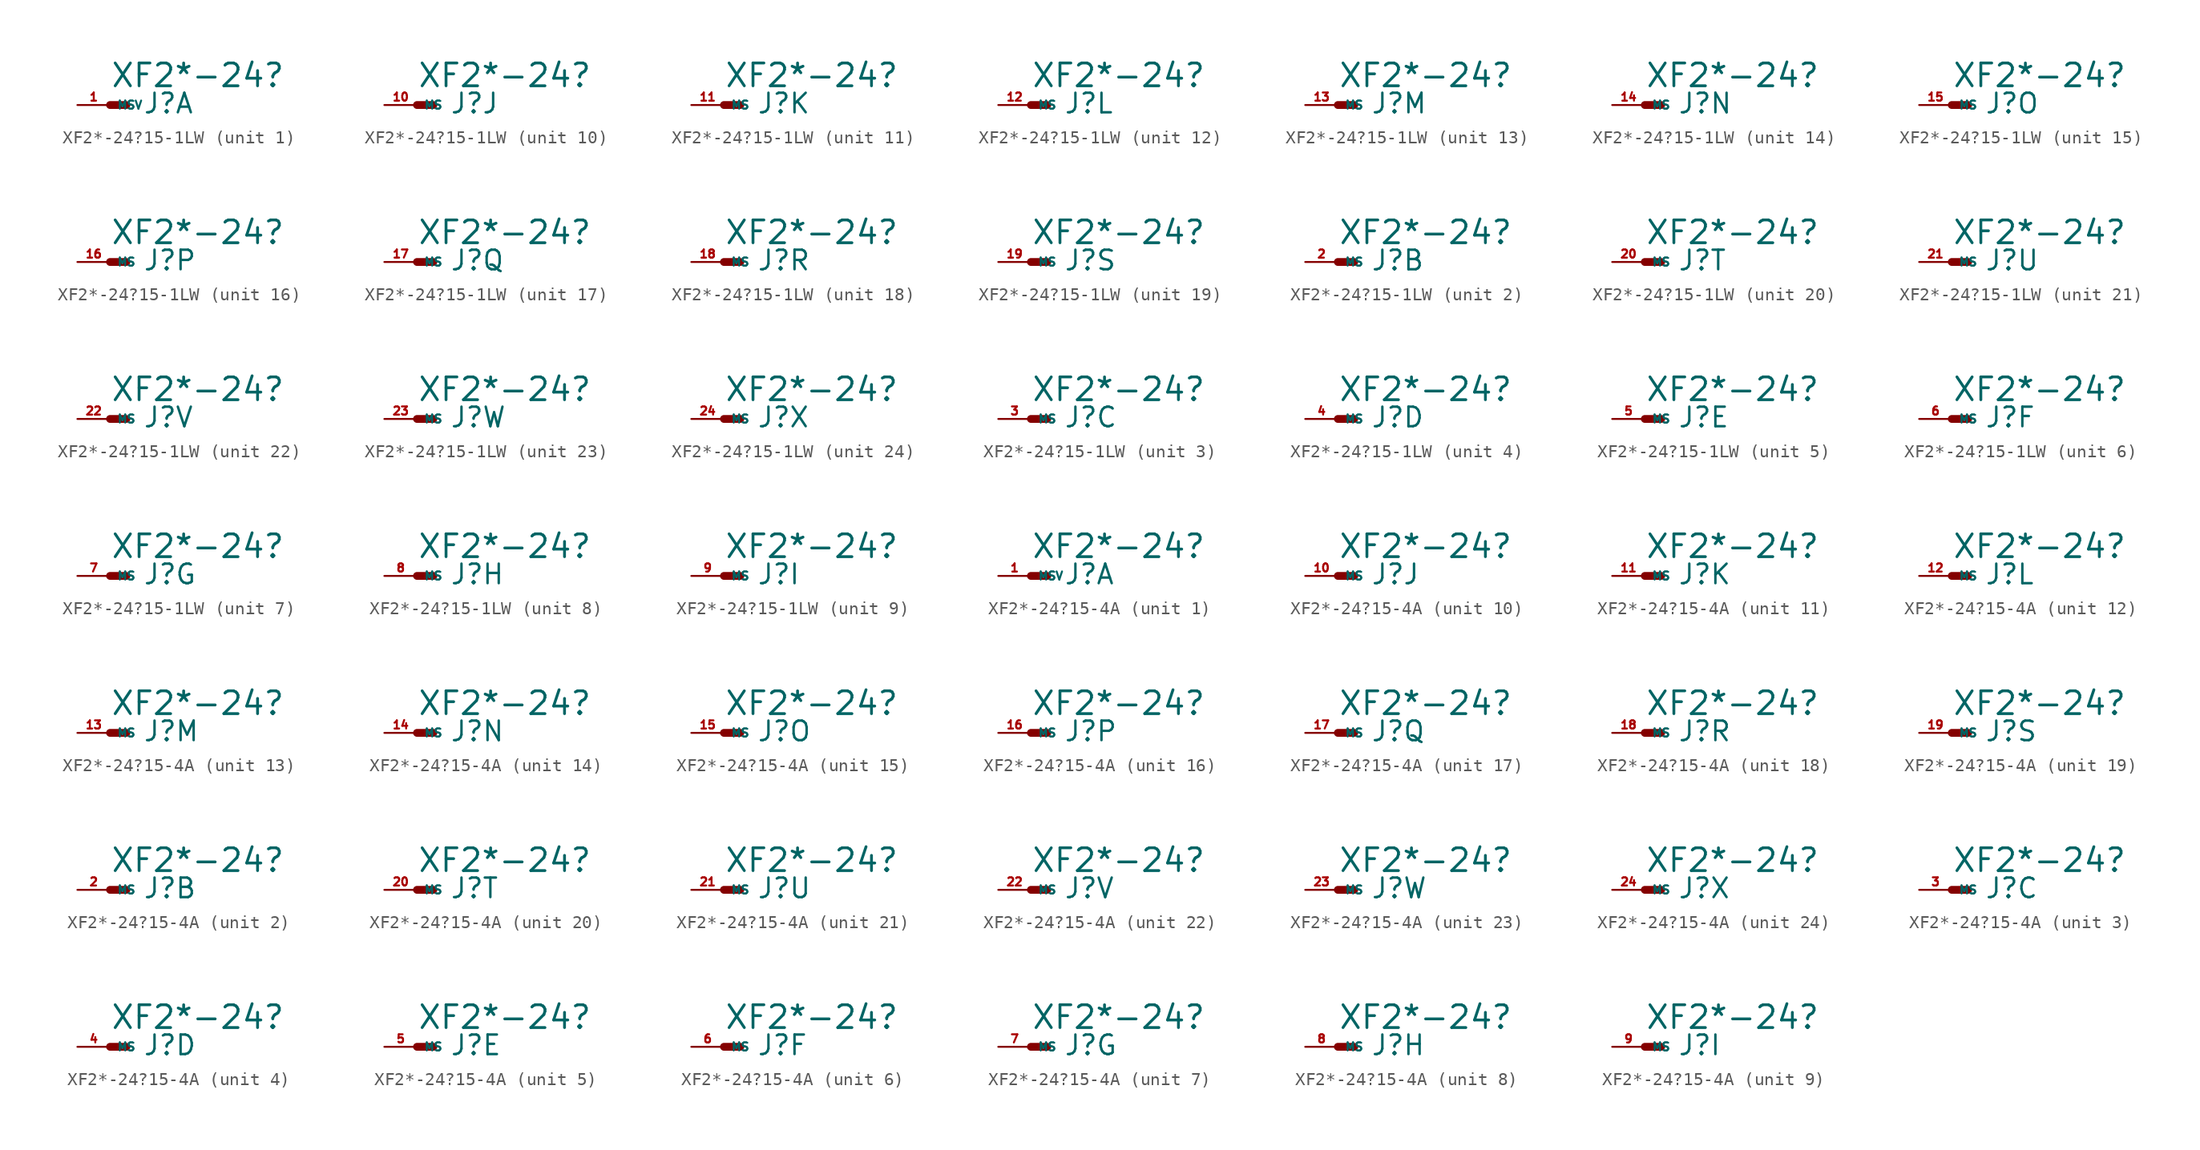
<source format=kicad_sym>
(kicad_symbol_lib
  (version 20220914)
  (generator Eagle2Kicad)
  (symbol "XF2*-24?15-1LW"
    (property "Reference" "J"
      (at 2.54 -0.762 0)
      (effects (font (size 1.524 1.524) (thickness 0.19)) (justify left bottom)))
    (property "Value" "XF2*-24?"
      (at 0 1.27 0)
      (effects (font (size 1.778 1.778) (thickness 0.22)) (justify left bottom)))
    (symbol "XF2*-24?15-1LW_1_0"
      (polyline (pts (xy 0 0) (xy 1.27 0)) (stroke (width 0.61) (type default)) (fill (type none)))
      (pin passive line (at -2.54 0 0) (length 2.54) (name "MSV" (effects (font (size 0.635 0.635) (thickness 0.08)) (justify left bottom))) (number "1" (effects (font (size 0.635 0.635) (thickness 0.08)) (justify left bottom)))))
    (symbol "XF2*-24?15-1LW_2_0"
      (polyline (pts (xy 0 0) (xy 1.27 0)) (stroke (width 0.61) (type default)) (fill (type none)))
      (pin passive line (at -2.54 0 0) (length 2.54) (name "MS" (effects (font (size 0.635 0.635) (thickness 0.08)) (justify left bottom))) (number "2" (effects (font (size 0.635 0.635) (thickness 0.08)) (justify left bottom)))))
    (symbol "XF2*-24?15-1LW_3_0"
      (polyline (pts (xy 0 0) (xy 1.27 0)) (stroke (width 0.61) (type default)) (fill (type none)))
      (pin passive line (at -2.54 0 0) (length 2.54) (name "MS" (effects (font (size 0.635 0.635) (thickness 0.08)) (justify left bottom))) (number "3" (effects (font (size 0.635 0.635) (thickness 0.08)) (justify left bottom)))))
    (symbol "XF2*-24?15-1LW_4_0"
      (polyline (pts (xy 0 0) (xy 1.27 0)) (stroke (width 0.61) (type default)) (fill (type none)))
      (pin passive line (at -2.54 0 0) (length 2.54) (name "MS" (effects (font (size 0.635 0.635) (thickness 0.08)) (justify left bottom))) (number "4" (effects (font (size 0.635 0.635) (thickness 0.08)) (justify left bottom)))))
    (symbol "XF2*-24?15-1LW_5_0"
      (polyline (pts (xy 0 0) (xy 1.27 0)) (stroke (width 0.61) (type default)) (fill (type none)))
      (pin passive line (at -2.54 0 0) (length 2.54) (name "MS" (effects (font (size 0.635 0.635) (thickness 0.08)) (justify left bottom))) (number "5" (effects (font (size 0.635 0.635) (thickness 0.08)) (justify left bottom)))))
    (symbol "XF2*-24?15-1LW_6_0"
      (polyline (pts (xy 0 0) (xy 1.27 0)) (stroke (width 0.61) (type default)) (fill (type none)))
      (pin passive line (at -2.54 0 0) (length 2.54) (name "MS" (effects (font (size 0.635 0.635) (thickness 0.08)) (justify left bottom))) (number "6" (effects (font (size 0.635 0.635) (thickness 0.08)) (justify left bottom)))))
    (symbol "XF2*-24?15-1LW_7_0"
      (polyline (pts (xy 0 0) (xy 1.27 0)) (stroke (width 0.61) (type default)) (fill (type none)))
      (pin passive line (at -2.54 0 0) (length 2.54) (name "MS" (effects (font (size 0.635 0.635) (thickness 0.08)) (justify left bottom))) (number "7" (effects (font (size 0.635 0.635) (thickness 0.08)) (justify left bottom)))))
    (symbol "XF2*-24?15-1LW_8_0"
      (polyline (pts (xy 0 0) (xy 1.27 0)) (stroke (width 0.61) (type default)) (fill (type none)))
      (pin passive line (at -2.54 0 0) (length 2.54) (name "MS" (effects (font (size 0.635 0.635) (thickness 0.08)) (justify left bottom))) (number "8" (effects (font (size 0.635 0.635) (thickness 0.08)) (justify left bottom)))))
    (symbol "XF2*-24?15-1LW_9_0"
      (polyline (pts (xy 0 0) (xy 1.27 0)) (stroke (width 0.61) (type default)) (fill (type none)))
      (pin passive line (at -2.54 0 0) (length 2.54) (name "MS" (effects (font (size 0.635 0.635) (thickness 0.08)) (justify left bottom))) (number "9" (effects (font (size 0.635 0.635) (thickness 0.08)) (justify left bottom)))))
    (symbol "XF2*-24?15-1LW_10_0"
      (polyline (pts (xy 0 0) (xy 1.27 0)) (stroke (width 0.61) (type default)) (fill (type none)))
      (pin passive line (at -2.54 0 0) (length 2.54) (name "MS" (effects (font (size 0.635 0.635) (thickness 0.08)) (justify left bottom))) (number "10" (effects (font (size 0.635 0.635) (thickness 0.08)) (justify left bottom)))))
    (symbol "XF2*-24?15-1LW_11_0"
      (polyline (pts (xy 0 0) (xy 1.27 0)) (stroke (width 0.61) (type default)) (fill (type none)))
      (pin passive line (at -2.54 0 0) (length 2.54) (name "MS" (effects (font (size 0.635 0.635) (thickness 0.08)) (justify left bottom))) (number "11" (effects (font (size 0.635 0.635) (thickness 0.08)) (justify left bottom)))))
    (symbol "XF2*-24?15-1LW_12_0"
      (polyline (pts (xy 0 0) (xy 1.27 0)) (stroke (width 0.61) (type default)) (fill (type none)))
      (pin passive line (at -2.54 0 0) (length 2.54) (name "MS" (effects (font (size 0.635 0.635) (thickness 0.08)) (justify left bottom))) (number "12" (effects (font (size 0.635 0.635) (thickness 0.08)) (justify left bottom)))))
    (symbol "XF2*-24?15-1LW_13_0"
      (polyline (pts (xy 0 0) (xy 1.27 0)) (stroke (width 0.61) (type default)) (fill (type none)))
      (pin passive line (at -2.54 0 0) (length 2.54) (name "MS" (effects (font (size 0.635 0.635) (thickness 0.08)) (justify left bottom))) (number "13" (effects (font (size 0.635 0.635) (thickness 0.08)) (justify left bottom)))))
    (symbol "XF2*-24?15-1LW_14_0"
      (polyline (pts (xy 0 0) (xy 1.27 0)) (stroke (width 0.61) (type default)) (fill (type none)))
      (pin passive line (at -2.54 0 0) (length 2.54) (name "MS" (effects (font (size 0.635 0.635) (thickness 0.08)) (justify left bottom))) (number "14" (effects (font (size 0.635 0.635) (thickness 0.08)) (justify left bottom)))))
    (symbol "XF2*-24?15-1LW_15_0"
      (polyline (pts (xy 0 0) (xy 1.27 0)) (stroke (width 0.61) (type default)) (fill (type none)))
      (pin passive line (at -2.54 0 0) (length 2.54) (name "MS" (effects (font (size 0.635 0.635) (thickness 0.08)) (justify left bottom))) (number "15" (effects (font (size 0.635 0.635) (thickness 0.08)) (justify left bottom)))))
    (symbol "XF2*-24?15-1LW_16_0"
      (polyline (pts (xy 0 0) (xy 1.27 0)) (stroke (width 0.61) (type default)) (fill (type none)))
      (pin passive line (at -2.54 0 0) (length 2.54) (name "MS" (effects (font (size 0.635 0.635) (thickness 0.08)) (justify left bottom))) (number "16" (effects (font (size 0.635 0.635) (thickness 0.08)) (justify left bottom)))))
    (symbol "XF2*-24?15-1LW_17_0"
      (polyline (pts (xy 0 0) (xy 1.27 0)) (stroke (width 0.61) (type default)) (fill (type none)))
      (pin passive line (at -2.54 0 0) (length 2.54) (name "MS" (effects (font (size 0.635 0.635) (thickness 0.08)) (justify left bottom))) (number "17" (effects (font (size 0.635 0.635) (thickness 0.08)) (justify left bottom)))))
    (symbol "XF2*-24?15-1LW_18_0"
      (polyline (pts (xy 0 0) (xy 1.27 0)) (stroke (width 0.61) (type default)) (fill (type none)))
      (pin passive line (at -2.54 0 0) (length 2.54) (name "MS" (effects (font (size 0.635 0.635) (thickness 0.08)) (justify left bottom))) (number "18" (effects (font (size 0.635 0.635) (thickness 0.08)) (justify left bottom)))))
    (symbol "XF2*-24?15-1LW_19_0"
      (polyline (pts (xy 0 0) (xy 1.27 0)) (stroke (width 0.61) (type default)) (fill (type none)))
      (pin passive line (at -2.54 0 0) (length 2.54) (name "MS" (effects (font (size 0.635 0.635) (thickness 0.08)) (justify left bottom))) (number "19" (effects (font (size 0.635 0.635) (thickness 0.08)) (justify left bottom)))))
    (symbol "XF2*-24?15-1LW_20_0"
      (polyline (pts (xy 0 0) (xy 1.27 0)) (stroke (width 0.61) (type default)) (fill (type none)))
      (pin passive line (at -2.54 0 0) (length 2.54) (name "MS" (effects (font (size 0.635 0.635) (thickness 0.08)) (justify left bottom))) (number "20" (effects (font (size 0.635 0.635) (thickness 0.08)) (justify left bottom)))))
    (symbol "XF2*-24?15-1LW_21_0"
      (polyline (pts (xy 0 0) (xy 1.27 0)) (stroke (width 0.61) (type default)) (fill (type none)))
      (pin passive line (at -2.54 0 0) (length 2.54) (name "MS" (effects (font (size 0.635 0.635) (thickness 0.08)) (justify left bottom))) (number "21" (effects (font (size 0.635 0.635) (thickness 0.08)) (justify left bottom)))))
    (symbol "XF2*-24?15-1LW_22_0"
      (polyline (pts (xy 0 0) (xy 1.27 0)) (stroke (width 0.61) (type default)) (fill (type none)))
      (pin passive line (at -2.54 0 0) (length 2.54) (name "MS" (effects (font (size 0.635 0.635) (thickness 0.08)) (justify left bottom))) (number "22" (effects (font (size 0.635 0.635) (thickness 0.08)) (justify left bottom)))))
    (symbol "XF2*-24?15-1LW_23_0"
      (polyline (pts (xy 0 0) (xy 1.27 0)) (stroke (width 0.61) (type default)) (fill (type none)))
      (pin passive line (at -2.54 0 0) (length 2.54) (name "MS" (effects (font (size 0.635 0.635) (thickness 0.08)) (justify left bottom))) (number "23" (effects (font (size 0.635 0.635) (thickness 0.08)) (justify left bottom)))))
    (symbol "XF2*-24?15-1LW_24_0"
      (polyline (pts (xy 0 0) (xy 1.27 0)) (stroke (width 0.61) (type default)) (fill (type none)))
      (pin passive line (at -2.54 0 0) (length 2.54) (name "MS" (effects (font (size 0.635 0.635) (thickness 0.08)) (justify left bottom))) (number "24" (effects (font (size 0.635 0.635) (thickness 0.08)) (justify left bottom))))))
  (symbol "XF2*-24?15-4A"
    (property "Reference" "J"
      (at 2.54 -0.762 0)
      (effects (font (size 1.524 1.524) (thickness 0.19)) (justify left bottom)))
    (property "Value" "XF2*-24?"
      (at 0 1.27 0)
      (effects (font (size 1.778 1.778) (thickness 0.22)) (justify left bottom)))
    (symbol "XF2*-24?15-4A_1_0"
      (polyline (pts (xy 0 0) (xy 1.27 0)) (stroke (width 0.61) (type default)) (fill (type none)))
      (pin passive line (at -2.54 0 0) (length 2.54) (name "MSV" (effects (font (size 0.635 0.635) (thickness 0.08)) (justify left bottom))) (number "1" (effects (font (size 0.635 0.635) (thickness 0.08)) (justify left bottom)))))
    (symbol "XF2*-24?15-4A_2_0"
      (polyline (pts (xy 0 0) (xy 1.27 0)) (stroke (width 0.61) (type default)) (fill (type none)))
      (pin passive line (at -2.54 0 0) (length 2.54) (name "MS" (effects (font (size 0.635 0.635) (thickness 0.08)) (justify left bottom))) (number "2" (effects (font (size 0.635 0.635) (thickness 0.08)) (justify left bottom)))))
    (symbol "XF2*-24?15-4A_3_0"
      (polyline (pts (xy 0 0) (xy 1.27 0)) (stroke (width 0.61) (type default)) (fill (type none)))
      (pin passive line (at -2.54 0 0) (length 2.54) (name "MS" (effects (font (size 0.635 0.635) (thickness 0.08)) (justify left bottom))) (number "3" (effects (font (size 0.635 0.635) (thickness 0.08)) (justify left bottom)))))
    (symbol "XF2*-24?15-4A_4_0"
      (polyline (pts (xy 0 0) (xy 1.27 0)) (stroke (width 0.61) (type default)) (fill (type none)))
      (pin passive line (at -2.54 0 0) (length 2.54) (name "MS" (effects (font (size 0.635 0.635) (thickness 0.08)) (justify left bottom))) (number "4" (effects (font (size 0.635 0.635) (thickness 0.08)) (justify left bottom)))))
    (symbol "XF2*-24?15-4A_5_0"
      (polyline (pts (xy 0 0) (xy 1.27 0)) (stroke (width 0.61) (type default)) (fill (type none)))
      (pin passive line (at -2.54 0 0) (length 2.54) (name "MS" (effects (font (size 0.635 0.635) (thickness 0.08)) (justify left bottom))) (number "5" (effects (font (size 0.635 0.635) (thickness 0.08)) (justify left bottom)))))
    (symbol "XF2*-24?15-4A_6_0"
      (polyline (pts (xy 0 0) (xy 1.27 0)) (stroke (width 0.61) (type default)) (fill (type none)))
      (pin passive line (at -2.54 0 0) (length 2.54) (name "MS" (effects (font (size 0.635 0.635) (thickness 0.08)) (justify left bottom))) (number "6" (effects (font (size 0.635 0.635) (thickness 0.08)) (justify left bottom)))))
    (symbol "XF2*-24?15-4A_7_0"
      (polyline (pts (xy 0 0) (xy 1.27 0)) (stroke (width 0.61) (type default)) (fill (type none)))
      (pin passive line (at -2.54 0 0) (length 2.54) (name "MS" (effects (font (size 0.635 0.635) (thickness 0.08)) (justify left bottom))) (number "7" (effects (font (size 0.635 0.635) (thickness 0.08)) (justify left bottom)))))
    (symbol "XF2*-24?15-4A_8_0"
      (polyline (pts (xy 0 0) (xy 1.27 0)) (stroke (width 0.61) (type default)) (fill (type none)))
      (pin passive line (at -2.54 0 0) (length 2.54) (name "MS" (effects (font (size 0.635 0.635) (thickness 0.08)) (justify left bottom))) (number "8" (effects (font (size 0.635 0.635) (thickness 0.08)) (justify left bottom)))))
    (symbol "XF2*-24?15-4A_9_0"
      (polyline (pts (xy 0 0) (xy 1.27 0)) (stroke (width 0.61) (type default)) (fill (type none)))
      (pin passive line (at -2.54 0 0) (length 2.54) (name "MS" (effects (font (size 0.635 0.635) (thickness 0.08)) (justify left bottom))) (number "9" (effects (font (size 0.635 0.635) (thickness 0.08)) (justify left bottom)))))
    (symbol "XF2*-24?15-4A_10_0"
      (polyline (pts (xy 0 0) (xy 1.27 0)) (stroke (width 0.61) (type default)) (fill (type none)))
      (pin passive line (at -2.54 0 0) (length 2.54) (name "MS" (effects (font (size 0.635 0.635) (thickness 0.08)) (justify left bottom))) (number "10" (effects (font (size 0.635 0.635) (thickness 0.08)) (justify left bottom)))))
    (symbol "XF2*-24?15-4A_11_0"
      (polyline (pts (xy 0 0) (xy 1.27 0)) (stroke (width 0.61) (type default)) (fill (type none)))
      (pin passive line (at -2.54 0 0) (length 2.54) (name "MS" (effects (font (size 0.635 0.635) (thickness 0.08)) (justify left bottom))) (number "11" (effects (font (size 0.635 0.635) (thickness 0.08)) (justify left bottom)))))
    (symbol "XF2*-24?15-4A_12_0"
      (polyline (pts (xy 0 0) (xy 1.27 0)) (stroke (width 0.61) (type default)) (fill (type none)))
      (pin passive line (at -2.54 0 0) (length 2.54) (name "MS" (effects (font (size 0.635 0.635) (thickness 0.08)) (justify left bottom))) (number "12" (effects (font (size 0.635 0.635) (thickness 0.08)) (justify left bottom)))))
    (symbol "XF2*-24?15-4A_13_0"
      (polyline (pts (xy 0 0) (xy 1.27 0)) (stroke (width 0.61) (type default)) (fill (type none)))
      (pin passive line (at -2.54 0 0) (length 2.54) (name "MS" (effects (font (size 0.635 0.635) (thickness 0.08)) (justify left bottom))) (number "13" (effects (font (size 0.635 0.635) (thickness 0.08)) (justify left bottom)))))
    (symbol "XF2*-24?15-4A_14_0"
      (polyline (pts (xy 0 0) (xy 1.27 0)) (stroke (width 0.61) (type default)) (fill (type none)))
      (pin passive line (at -2.54 0 0) (length 2.54) (name "MS" (effects (font (size 0.635 0.635) (thickness 0.08)) (justify left bottom))) (number "14" (effects (font (size 0.635 0.635) (thickness 0.08)) (justify left bottom)))))
    (symbol "XF2*-24?15-4A_15_0"
      (polyline (pts (xy 0 0) (xy 1.27 0)) (stroke (width 0.61) (type default)) (fill (type none)))
      (pin passive line (at -2.54 0 0) (length 2.54) (name "MS" (effects (font (size 0.635 0.635) (thickness 0.08)) (justify left bottom))) (number "15" (effects (font (size 0.635 0.635) (thickness 0.08)) (justify left bottom)))))
    (symbol "XF2*-24?15-4A_16_0"
      (polyline (pts (xy 0 0) (xy 1.27 0)) (stroke (width 0.61) (type default)) (fill (type none)))
      (pin passive line (at -2.54 0 0) (length 2.54) (name "MS" (effects (font (size 0.635 0.635) (thickness 0.08)) (justify left bottom))) (number "16" (effects (font (size 0.635 0.635) (thickness 0.08)) (justify left bottom)))))
    (symbol "XF2*-24?15-4A_17_0"
      (polyline (pts (xy 0 0) (xy 1.27 0)) (stroke (width 0.61) (type default)) (fill (type none)))
      (pin passive line (at -2.54 0 0) (length 2.54) (name "MS" (effects (font (size 0.635 0.635) (thickness 0.08)) (justify left bottom))) (number "17" (effects (font (size 0.635 0.635) (thickness 0.08)) (justify left bottom)))))
    (symbol "XF2*-24?15-4A_18_0"
      (polyline (pts (xy 0 0) (xy 1.27 0)) (stroke (width 0.61) (type default)) (fill (type none)))
      (pin passive line (at -2.54 0 0) (length 2.54) (name "MS" (effects (font (size 0.635 0.635) (thickness 0.08)) (justify left bottom))) (number "18" (effects (font (size 0.635 0.635) (thickness 0.08)) (justify left bottom)))))
    (symbol "XF2*-24?15-4A_19_0"
      (polyline (pts (xy 0 0) (xy 1.27 0)) (stroke (width 0.61) (type default)) (fill (type none)))
      (pin passive line (at -2.54 0 0) (length 2.54) (name "MS" (effects (font (size 0.635 0.635) (thickness 0.08)) (justify left bottom))) (number "19" (effects (font (size 0.635 0.635) (thickness 0.08)) (justify left bottom)))))
    (symbol "XF2*-24?15-4A_20_0"
      (polyline (pts (xy 0 0) (xy 1.27 0)) (stroke (width 0.61) (type default)) (fill (type none)))
      (pin passive line (at -2.54 0 0) (length 2.54) (name "MS" (effects (font (size 0.635 0.635) (thickness 0.08)) (justify left bottom))) (number "20" (effects (font (size 0.635 0.635) (thickness 0.08)) (justify left bottom)))))
    (symbol "XF2*-24?15-4A_21_0"
      (polyline (pts (xy 0 0) (xy 1.27 0)) (stroke (width 0.61) (type default)) (fill (type none)))
      (pin passive line (at -2.54 0 0) (length 2.54) (name "MS" (effects (font (size 0.635 0.635) (thickness 0.08)) (justify left bottom))) (number "21" (effects (font (size 0.635 0.635) (thickness 0.08)) (justify left bottom)))))
    (symbol "XF2*-24?15-4A_22_0"
      (polyline (pts (xy 0 0) (xy 1.27 0)) (stroke (width 0.61) (type default)) (fill (type none)))
      (pin passive line (at -2.54 0 0) (length 2.54) (name "MS" (effects (font (size 0.635 0.635) (thickness 0.08)) (justify left bottom))) (number "22" (effects (font (size 0.635 0.635) (thickness 0.08)) (justify left bottom)))))
    (symbol "XF2*-24?15-4A_23_0"
      (polyline (pts (xy 0 0) (xy 1.27 0)) (stroke (width 0.61) (type default)) (fill (type none)))
      (pin passive line (at -2.54 0 0) (length 2.54) (name "MS" (effects (font (size 0.635 0.635) (thickness 0.08)) (justify left bottom))) (number "23" (effects (font (size 0.635 0.635) (thickness 0.08)) (justify left bottom)))))
    (symbol "XF2*-24?15-4A_24_0"
      (polyline (pts (xy 0 0) (xy 1.27 0)) (stroke (width 0.61) (type default)) (fill (type none)))
      (pin passive line (at -2.54 0 0) (length 2.54) (name "MS" (effects (font (size 0.635 0.635) (thickness 0.08)) (justify left bottom))) (number "24" (effects (font (size 0.635 0.635) (thickness 0.08)) (justify left bottom)))))))
</source>
